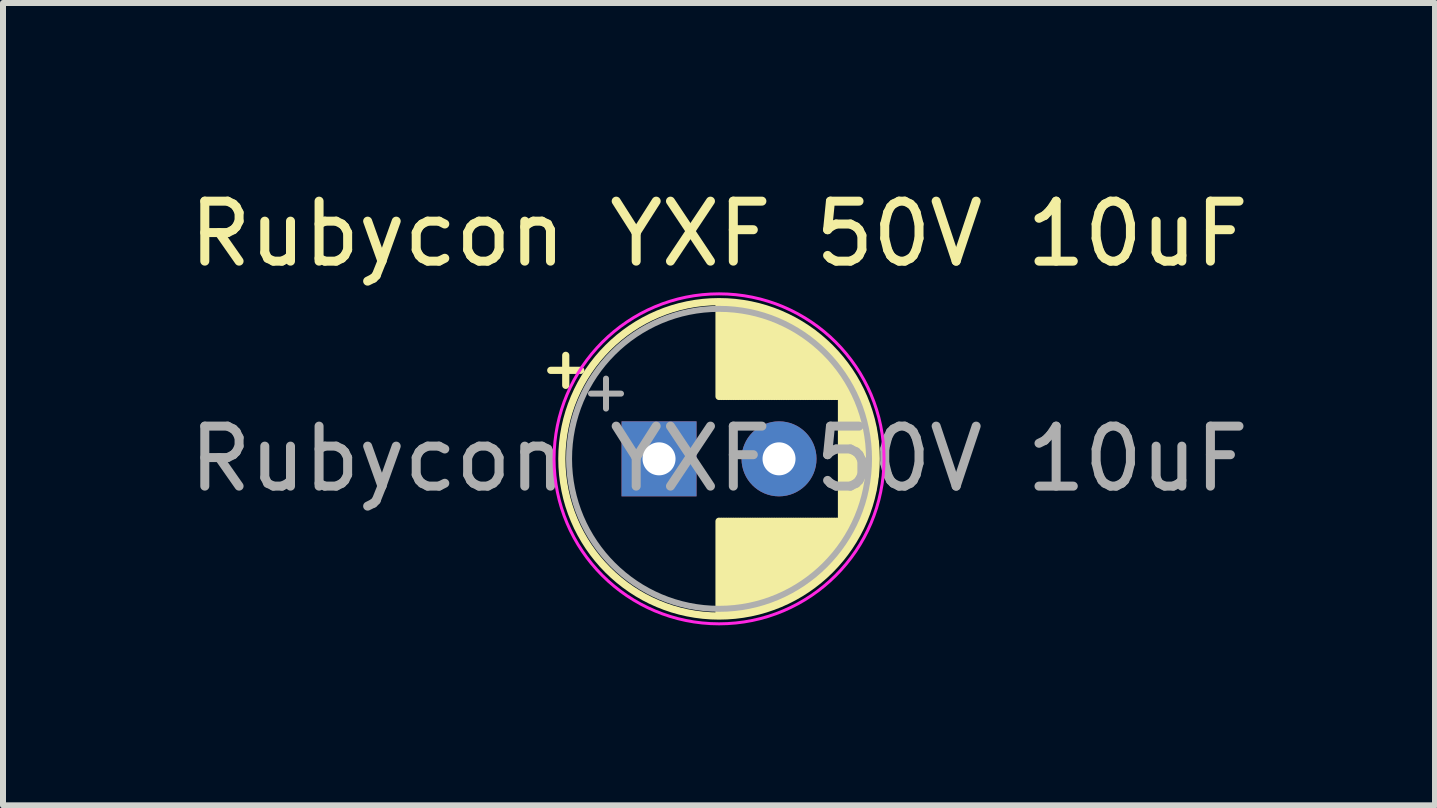
<source format=kicad_pcb>
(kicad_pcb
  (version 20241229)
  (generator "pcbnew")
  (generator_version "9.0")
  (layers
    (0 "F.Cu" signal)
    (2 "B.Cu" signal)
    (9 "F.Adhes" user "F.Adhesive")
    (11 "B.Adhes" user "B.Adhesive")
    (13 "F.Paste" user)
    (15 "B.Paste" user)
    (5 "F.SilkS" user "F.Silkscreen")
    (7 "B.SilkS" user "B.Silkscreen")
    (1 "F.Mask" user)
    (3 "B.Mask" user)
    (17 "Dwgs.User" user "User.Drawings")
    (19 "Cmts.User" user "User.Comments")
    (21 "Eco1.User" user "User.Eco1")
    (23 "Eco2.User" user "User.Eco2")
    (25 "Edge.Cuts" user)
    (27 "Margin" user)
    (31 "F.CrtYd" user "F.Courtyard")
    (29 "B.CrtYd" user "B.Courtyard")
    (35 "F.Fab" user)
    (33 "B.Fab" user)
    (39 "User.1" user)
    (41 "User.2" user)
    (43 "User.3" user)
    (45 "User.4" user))
  (footprint "Rubycon YXF 50V 10uF"
    (layer "F.Cu")
    (at 7.935 4.598)
    (property "Reference" "Rubycon YXF 50V 10uF" (at 1 -3.75 0) (layer "F.SilkS") (effects (font (size 1 1) (thickness 0.15))))
    (attr through_hole)
    (fp_line (start -1.805 -1.475) (end -1.305 -1.475) (stroke (width 0.12) (type solid)) (layer "F.SilkS"))
    (fp_line (start -1.555 -1.725) (end -1.555 -1.225) (stroke (width 0.12) (type solid)) (layer "F.SilkS"))
    (fp_line (start 1 -2.58) (end 1 -1.04) (stroke (width 0.12) (type solid)) (layer "F.SilkS"))
    (fp_line (start 1 1.04) (end 1 2.58) (stroke (width 0.12) (type solid)) (layer "F.SilkS"))
    (fp_line (start 1.04 -2.58) (end 1.04 -1.04) (stroke (width 0.12) (type solid)) (layer "F.SilkS"))
    (fp_line (start 1.04 1.04) (end 1.04 2.58) (stroke (width 0.12) (type solid)) (layer "F.SilkS"))
    (fp_line (start 1.08 -2.579) (end 1.08 -1.04) (stroke (width 0.12) (type solid)) (layer "F.SilkS"))
    (fp_line (start 1.08 1.04) (end 1.08 2.579) (stroke (width 0.12) (type solid)) (layer "F.SilkS"))
    (fp_line (start 1.12 -2.578) (end 1.12 -1.04) (stroke (width 0.12) (type solid)) (layer "F.SilkS"))
    (fp_line (start 1.12 1.04) (end 1.12 2.578) (stroke (width 0.12) (type solid)) (layer "F.SilkS"))
    (fp_line (start 1.16 -2.576) (end 1.16 -1.04) (stroke (width 0.12) (type solid)) (layer "F.SilkS"))
    (fp_line (start 1.16 1.04) (end 1.16 2.576) (stroke (width 0.12) (type solid)) (layer "F.SilkS"))
    (fp_line (start 1.2 -2.573) (end 1.2 -1.04) (stroke (width 0.12) (type solid)) (layer "F.SilkS"))
    (fp_line (start 1.2 1.04) (end 1.2 2.573) (stroke (width 0.12) (type solid)) (layer "F.SilkS"))
    (fp_line (start 1.24 -2.569) (end 1.24 -1.04) (stroke (width 0.12) (type solid)) (layer "F.SilkS"))
    (fp_line (start 1.24 1.04) (end 1.24 2.569) (stroke (width 0.12) (type solid)) (layer "F.SilkS"))
    (fp_line (start 1.28 -2.565) (end 1.28 -1.04) (stroke (width 0.12) (type solid)) (layer "F.SilkS"))
    (fp_line (start 1.28 1.04) (end 1.28 2.565) (stroke (width 0.12) (type solid)) (layer "F.SilkS"))
    (fp_line (start 1.32 -2.561) (end 1.32 -1.04) (stroke (width 0.12) (type solid)) (layer "F.SilkS"))
    (fp_line (start 1.32 1.04) (end 1.32 2.561) (stroke (width 0.12) (type solid)) (layer "F.SilkS"))
    (fp_line (start 1.36 -2.556) (end 1.36 -1.04) (stroke (width 0.12) (type solid)) (layer "F.SilkS"))
    (fp_line (start 1.36 1.04) (end 1.36 2.556) (stroke (width 0.12) (type solid)) (layer "F.SilkS"))
    (fp_line (start 1.4 -2.55) (end 1.4 -1.04) (stroke (width 0.12) (type solid)) (layer "F.SilkS"))
    (fp_line (start 1.4 1.04) (end 1.4 2.55) (stroke (width 0.12) (type solid)) (layer "F.SilkS"))
    (fp_line (start 1.44 -2.543) (end 1.44 -1.04) (stroke (width 0.12) (type solid)) (layer "F.SilkS"))
    (fp_line (start 1.44 1.04) (end 1.44 2.543) (stroke (width 0.12) (type solid)) (layer "F.SilkS"))
    (fp_line (start 1.48 -2.536) (end 1.48 -1.04) (stroke (width 0.12) (type solid)) (layer "F.SilkS"))
    (fp_line (start 1.48 1.04) (end 1.48 2.536) (stroke (width 0.12) (type solid)) (layer "F.SilkS"))
    (fp_line (start 1.52 -2.528) (end 1.52 -1.04) (stroke (width 0.12) (type solid)) (layer "F.SilkS"))
    (fp_line (start 1.52 1.04) (end 1.52 2.528) (stroke (width 0.12) (type solid)) (layer "F.SilkS"))
    (fp_line (start 1.56 -2.52) (end 1.56 -1.04) (stroke (width 0.12) (type solid)) (layer "F.SilkS"))
    (fp_line (start 1.56 1.04) (end 1.56 2.52) (stroke (width 0.12) (type solid)) (layer "F.SilkS"))
    (fp_line (start 1.6 -2.511) (end 1.6 -1.04) (stroke (width 0.12) (type solid)) (layer "F.SilkS"))
    (fp_line (start 1.6 1.04) (end 1.6 2.511) (stroke (width 0.12) (type solid)) (layer "F.SilkS"))
    (fp_line (start 1.64 -2.501) (end 1.64 -1.04) (stroke (width 0.12) (type solid)) (layer "F.SilkS"))
    (fp_line (start 1.64 1.04) (end 1.64 2.501) (stroke (width 0.12) (type solid)) (layer "F.SilkS"))
    (fp_line (start 1.68 -2.491) (end 1.68 -1.04) (stroke (width 0.12) (type solid)) (layer "F.SilkS"))
    (fp_line (start 1.68 1.04) (end 1.68 2.491) (stroke (width 0.12) (type solid)) (layer "F.SilkS"))
    (fp_line (start 1.721 -2.48) (end 1.721 -1.04) (stroke (width 0.12) (type solid)) (layer "F.SilkS"))
    (fp_line (start 1.721 1.04) (end 1.721 2.48) (stroke (width 0.12) (type solid)) (layer "F.SilkS"))
    (fp_line (start 1.761 -2.468) (end 1.761 -1.04) (stroke (width 0.12) (type solid)) (layer "F.SilkS"))
    (fp_line (start 1.761 1.04) (end 1.761 2.468) (stroke (width 0.12) (type solid)) (layer "F.SilkS"))
    (fp_line (start 1.801 -2.455) (end 1.801 -1.04) (stroke (width 0.12) (type solid)) (layer "F.SilkS"))
    (fp_line (start 1.801 1.04) (end 1.801 2.455) (stroke (width 0.12) (type solid)) (layer "F.SilkS"))
    (fp_line (start 1.841 -2.442) (end 1.841 -1.04) (stroke (width 0.12) (type solid)) (layer "F.SilkS"))
    (fp_line (start 1.841 1.04) (end 1.841 2.442) (stroke (width 0.12) (type solid)) (layer "F.SilkS"))
    (fp_line (start 1.881 -2.428) (end 1.881 -1.04) (stroke (width 0.12) (type solid)) (layer "F.SilkS"))
    (fp_line (start 1.881 1.04) (end 1.881 2.428) (stroke (width 0.12) (type solid)) (layer "F.SilkS"))
    (fp_line (start 1.921 -2.414) (end 1.921 -1.04) (stroke (width 0.12) (type solid)) (layer "F.SilkS"))
    (fp_line (start 1.921 1.04) (end 1.921 2.414) (stroke (width 0.12) (type solid)) (layer "F.SilkS"))
    (fp_line (start 1.961 -2.398) (end 1.961 -1.04) (stroke (width 0.12) (type solid)) (layer "F.SilkS"))
    (fp_line (start 1.961 1.04) (end 1.961 2.398) (stroke (width 0.12) (type solid)) (layer "F.SilkS"))
    (fp_line (start 2.001 -2.382) (end 2.001 -1.04) (stroke (width 0.12) (type solid)) (layer "F.SilkS"))
    (fp_line (start 2.001 1.04) (end 2.001 2.382) (stroke (width 0.12) (type solid)) (layer "F.SilkS"))
    (fp_line (start 2.041 -2.365) (end 2.041 -1.04) (stroke (width 0.12) (type solid)) (layer "F.SilkS"))
    (fp_line (start 2.041 1.04) (end 2.041 2.365) (stroke (width 0.12) (type solid)) (layer "F.SilkS"))
    (fp_line (start 2.081 -2.348) (end 2.081 -1.04) (stroke (width 0.12) (type solid)) (layer "F.SilkS"))
    (fp_line (start 2.081 1.04) (end 2.081 2.348) (stroke (width 0.12) (type solid)) (layer "F.SilkS"))
    (fp_line (start 2.121 -2.329) (end 2.121 -1.04) (stroke (width 0.12) (type solid)) (layer "F.SilkS"))
    (fp_line (start 2.121 1.04) (end 2.121 2.329) (stroke (width 0.12) (type solid)) (layer "F.SilkS"))
    (fp_line (start 2.161 -2.31) (end 2.161 -1.04) (stroke (width 0.12) (type solid)) (layer "F.SilkS"))
    (fp_line (start 2.161 1.04) (end 2.161 2.31) (stroke (width 0.12) (type solid)) (layer "F.SilkS"))
    (fp_line (start 2.201 -2.29) (end 2.201 -1.04) (stroke (width 0.12) (type solid)) (layer "F.SilkS"))
    (fp_line (start 2.201 1.04) (end 2.201 2.29) (stroke (width 0.12) (type solid)) (layer "F.SilkS"))
    (fp_line (start 2.241 -2.268) (end 2.241 -1.04) (stroke (width 0.12) (type solid)) (layer "F.SilkS"))
    (fp_line (start 2.241 1.04) (end 2.241 2.268) (stroke (width 0.12) (type solid)) (layer "F.SilkS"))
    (fp_line (start 2.281 -2.247) (end 2.281 -1.04) (stroke (width 0.12) (type solid)) (layer "F.SilkS"))
    (fp_line (start 2.281 1.04) (end 2.281 2.247) (stroke (width 0.12) (type solid)) (layer "F.SilkS"))
    (fp_line (start 2.321 -2.224) (end 2.321 -1.04) (stroke (width 0.12) (type solid)) (layer "F.SilkS"))
    (fp_line (start 2.321 1.04) (end 2.321 2.224) (stroke (width 0.12) (type solid)) (layer "F.SilkS"))
    (fp_line (start 2.361 -2.2) (end 2.361 -1.04) (stroke (width 0.12) (type solid)) (layer "F.SilkS"))
    (fp_line (start 2.361 1.04) (end 2.361 2.2) (stroke (width 0.12) (type solid)) (layer "F.SilkS"))
    (fp_line (start 2.401 -2.175) (end 2.401 -1.04) (stroke (width 0.12) (type solid)) (layer "F.SilkS"))
    (fp_line (start 2.401 1.04) (end 2.401 2.175) (stroke (width 0.12) (type solid)) (layer "F.SilkS"))
    (fp_line (start 2.441 -2.149) (end 2.441 -1.04) (stroke (width 0.12) (type solid)) (layer "F.SilkS"))
    (fp_line (start 2.441 1.04) (end 2.441 2.149) (stroke (width 0.12) (type solid)) (layer "F.SilkS"))
    (fp_line (start 2.481 -2.122) (end 2.481 -1.04) (stroke (width 0.12) (type solid)) (layer "F.SilkS"))
    (fp_line (start 2.481 1.04) (end 2.481 2.122) (stroke (width 0.12) (type solid)) (layer "F.SilkS"))
    (fp_line (start 2.521 -2.095) (end 2.521 -1.04) (stroke (width 0.12) (type solid)) (layer "F.SilkS"))
    (fp_line (start 2.521 1.04) (end 2.521 2.095) (stroke (width 0.12) (type solid)) (layer "F.SilkS"))
    (fp_line (start 2.561 -2.065) (end 2.561 -1.04) (stroke (width 0.12) (type solid)) (layer "F.SilkS"))
    (fp_line (start 2.561 1.04) (end 2.561 2.065) (stroke (width 0.12) (type solid)) (layer "F.SilkS"))
    (fp_line (start 2.601 -2.035) (end 2.601 -1.04) (stroke (width 0.12) (type solid)) (layer "F.SilkS"))
    (fp_line (start 2.601 1.04) (end 2.601 2.035) (stroke (width 0.12) (type solid)) (layer "F.SilkS"))
    (fp_line (start 2.641 -2.004) (end 2.641 -1.04) (stroke (width 0.12) (type solid)) (layer "F.SilkS"))
    (fp_line (start 2.641 1.04) (end 2.641 2.004) (stroke (width 0.12) (type solid)) (layer "F.SilkS"))
    (fp_line (start 2.681 -1.971) (end 2.681 -1.04) (stroke (width 0.12) (type solid)) (layer "F.SilkS"))
    (fp_line (start 2.681 1.04) (end 2.681 1.971) (stroke (width 0.12) (type solid)) (layer "F.SilkS"))
    (fp_line (start 2.721 -1.937) (end 2.721 -1.04) (stroke (width 0.12) (type solid)) (layer "F.SilkS"))
    (fp_line (start 2.721 1.04) (end 2.721 1.937) (stroke (width 0.12) (type solid)) (layer "F.SilkS"))
    (fp_line (start 2.761 -1.901) (end 2.761 -1.04) (stroke (width 0.12) (type solid)) (layer "F.SilkS"))
    (fp_line (start 2.761 1.04) (end 2.761 1.901) (stroke (width 0.12) (type solid)) (layer "F.SilkS"))
    (fp_line (start 2.801 -1.864) (end 2.801 -1.04) (stroke (width 0.12) (type solid)) (layer "F.SilkS"))
    (fp_line (start 2.801 1.04) (end 2.801 1.864) (stroke (width 0.12) (type solid)) (layer "F.SilkS"))
    (fp_line (start 2.841 -1.826) (end 2.841 -1.04) (stroke (width 0.12) (type solid)) (layer "F.SilkS"))
    (fp_line (start 2.841 1.04) (end 2.841 1.826) (stroke (width 0.12) (type solid)) (layer "F.SilkS"))
    (fp_line (start 2.881 -1.785) (end 2.881 -1.04) (stroke (width 0.12) (type solid)) (layer "F.SilkS"))
    (fp_line (start 2.881 1.04) (end 2.881 1.785) (stroke (width 0.12) (type solid)) (layer "F.SilkS"))
    (fp_line (start 2.921 -1.743) (end 2.921 -1.04) (stroke (width 0.12) (type solid)) (layer "F.SilkS"))
    (fp_line (start 2.921 1.04) (end 2.921 1.743) (stroke (width 0.12) (type solid)) (layer "F.SilkS"))
    (fp_line (start 2.961 -1.699) (end 2.961 -1.04) (stroke (width 0.12) (type solid)) (layer "F.SilkS"))
    (fp_line (start 2.961 1.04) (end 2.961 1.699) (stroke (width 0.12) (type solid)) (layer "F.SilkS"))
    (fp_line (start 3.001 -1.653) (end 3.001 -1.04) (stroke (width 0.12) (type solid)) (layer "F.SilkS"))
    (fp_line (start 3.001 1.04) (end 3.001 1.653) (stroke (width 0.12) (type solid)) (layer "F.SilkS"))
    (fp_line (start 3.041 -1.605) (end 3.041 1.605) (stroke (width 0.12) (type solid)) (layer "F.SilkS"))
    (fp_line (start 3.081 -1.554) (end 3.081 1.554) (stroke (width 0.12) (type solid)) (layer "F.SilkS"))
    (fp_line (start 3.121 -1.5) (end 3.121 1.5) (stroke (width 0.12) (type solid)) (layer "F.SilkS"))
    (fp_line (start 3.161 -1.443) (end 3.161 1.443) (stroke (width 0.12) (type solid)) (layer "F.SilkS"))
    (fp_line (start 3.201 -1.383) (end 3.201 1.383) (stroke (width 0.12) (type solid)) (layer "F.SilkS"))
    (fp_line (start 3.241 -1.319) (end 3.241 1.319) (stroke (width 0.12) (type solid)) (layer "F.SilkS"))
    (fp_line (start 3.281 -1.251) (end 3.281 1.251) (stroke (width 0.12) (type solid)) (layer "F.SilkS"))
    (fp_line (start 3.321 -1.178) (end 3.321 1.178) (stroke (width 0.12) (type solid)) (layer "F.SilkS"))
    (fp_line (start 3.361 -1.098) (end 3.361 1.098) (stroke (width 0.12) (type solid)) (layer "F.SilkS"))
    (fp_line (start 3.401 -1.011) (end 3.401 1.011) (stroke (width 0.12) (type solid)) (layer "F.SilkS"))
    (fp_line (start 3.441 -0.915) (end 3.441 0.915) (stroke (width 0.12) (type solid)) (layer "F.SilkS"))
    (fp_line (start 3.481 -0.805) (end 3.481 0.805) (stroke (width 0.12) (type solid)) (layer "F.SilkS"))
    (fp_line (start 3.521 -0.677) (end 3.521 0.677) (stroke (width 0.12) (type solid)) (layer "F.SilkS"))
    (fp_line (start 3.561 -0.518) (end 3.561 0.518) (stroke (width 0.12) (type solid)) (layer "F.SilkS"))
    (fp_line (start 3.601 -0.284) (end 3.601 0.284) (stroke (width 0.12) (type solid)) (layer "F.SilkS"))
    (fp_circle (center 1 0) (end 3.62 0) (stroke (width 0.12) (type solid)) (fill no) (layer "F.SilkS"))
    (fp_circle (center 1 0) (end 3.75 0) (stroke (width 0.05) (type solid)) (fill no) (layer "F.CrtYd"))
    (fp_line (start -1.134 -1.087) (end -0.634 -1.087) (stroke (width 0.1) (type solid)) (layer "F.Fab"))
    (fp_line (start -0.884 -1.337) (end -0.884 -0.838) (stroke (width 0.1) (type solid)) (layer "F.Fab"))
    (fp_circle (center 1 0) (end 3.5 0) (stroke (width 0.1) (type solid)) (fill no) (layer "F.Fab"))
    (fp_text user "${REFERENCE}" (at 1 0 0) (layer "F.Fab") (effects (font (size 1 1) (thickness 0.15))))
    (pad "1" thru_hole rect (at 0 0) (size 1.25 1.25) (drill 0.55) (layers "*.Cu" "*.Mask"))
    (pad "2" thru_hole circle (at 2 0) (size 1.25 1.25) (drill 0.55) (layers "*.Cu" "*.Mask")))
  (gr_rect
    (start -3 -3)
    (end 20.869 10.373)
    (stroke (width 0.1) (type default))
    (fill no)
    (layer "Edge.Cuts")))
</source>
